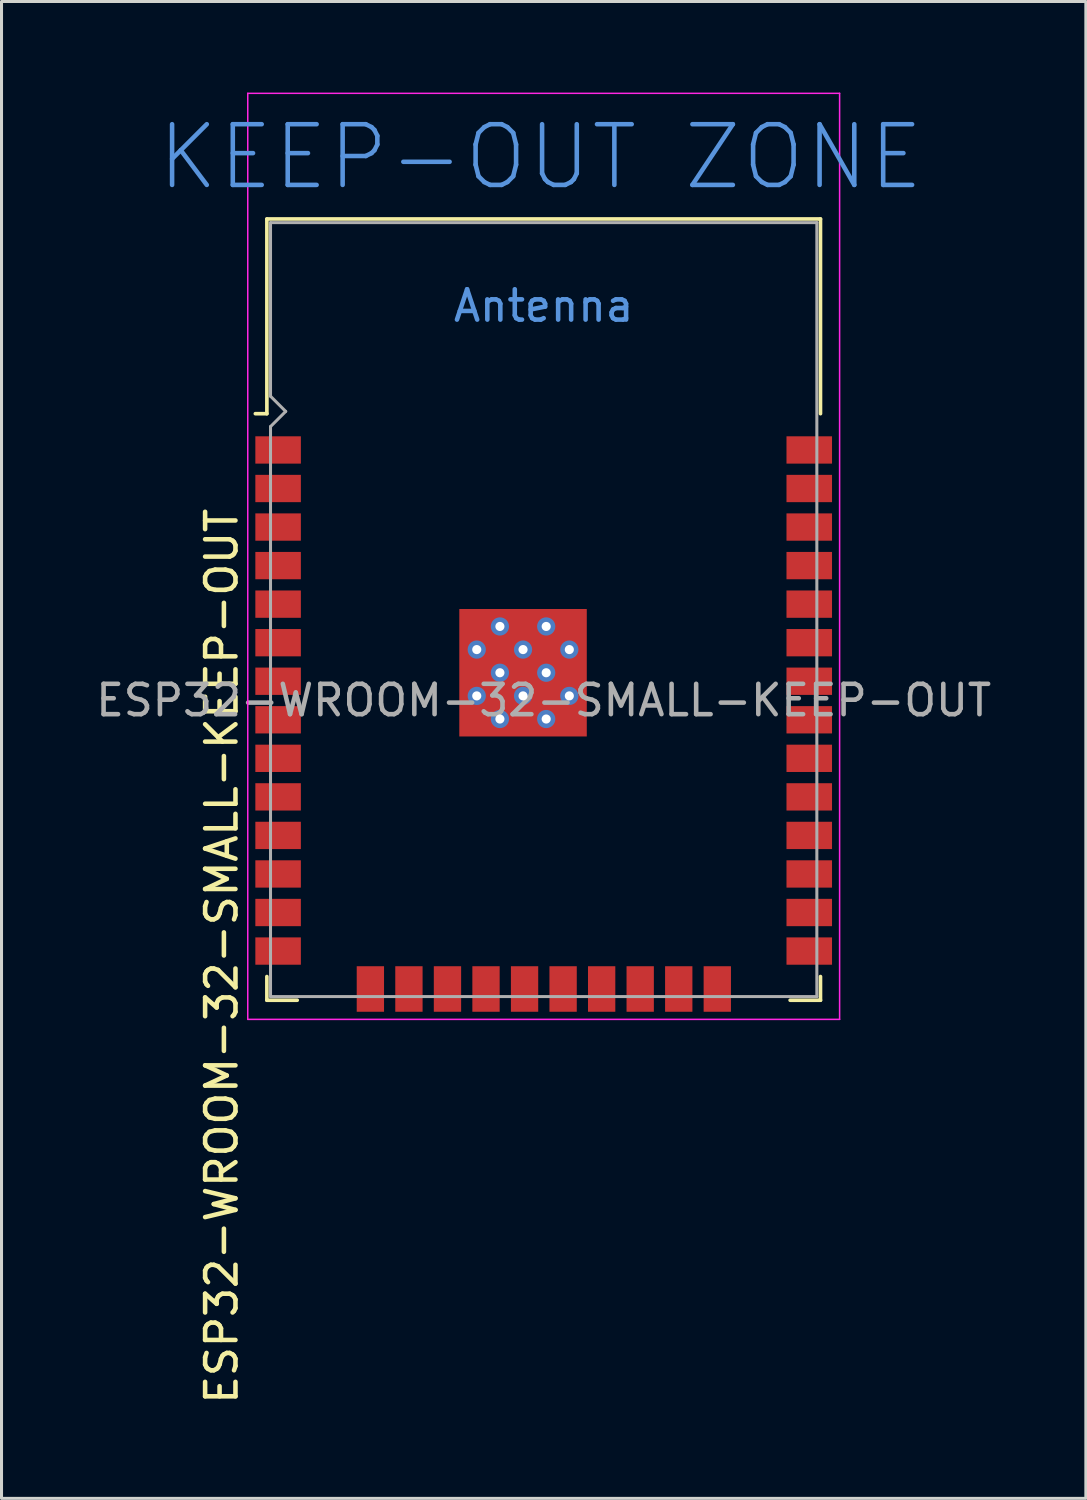
<source format=kicad_pcb>
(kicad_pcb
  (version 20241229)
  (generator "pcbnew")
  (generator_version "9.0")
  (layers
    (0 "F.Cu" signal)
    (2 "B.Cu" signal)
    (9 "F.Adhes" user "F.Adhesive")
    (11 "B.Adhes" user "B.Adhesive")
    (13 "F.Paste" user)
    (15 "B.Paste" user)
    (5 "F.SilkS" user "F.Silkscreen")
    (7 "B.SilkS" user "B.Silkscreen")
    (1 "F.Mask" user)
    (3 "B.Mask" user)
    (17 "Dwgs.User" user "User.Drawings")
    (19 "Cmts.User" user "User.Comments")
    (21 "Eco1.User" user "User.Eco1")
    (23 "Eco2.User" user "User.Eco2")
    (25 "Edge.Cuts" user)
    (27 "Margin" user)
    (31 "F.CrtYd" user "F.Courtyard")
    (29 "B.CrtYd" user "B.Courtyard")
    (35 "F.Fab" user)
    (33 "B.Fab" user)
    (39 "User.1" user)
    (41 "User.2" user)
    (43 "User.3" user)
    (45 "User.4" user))
  (footprint "ESP32-WROOM-32-SMALL-KEEP-OUT"
    (layer "F.Cu")
    (at 14.863 20.025)
    (property "Reference" "ESP32-WROOM-32-SMALL-KEEP-OUT" (at -10.61 8.43 90) (layer "F.SilkS") (effects (font (size 1 1) (thickness 0.15))))
    (attr smd)
    (fp_line (start -9.12 -15.86) (end -9.12 -9.445) (stroke (width 0.12) (type solid)) (layer "F.SilkS"))
    (fp_line (start -9.12 -15.86) (end 9.12 -15.86) (stroke (width 0.12) (type solid)) (layer "F.SilkS"))
    (fp_line (start -9.12 -9.445) (end -9.5 -9.445) (stroke (width 0.12) (type solid)) (layer "F.SilkS"))
    (fp_line (start -9.12 9.1) (end -9.12 9.88) (stroke (width 0.12) (type solid)) (layer "F.SilkS"))
    (fp_line (start -9.12 9.88) (end -8.12 9.88) (stroke (width 0.12) (type solid)) (layer "F.SilkS"))
    (fp_line (start 9.12 -15.86) (end 9.12 -9.445) (stroke (width 0.12) (type solid)) (layer "F.SilkS"))
    (fp_line (start 9.12 9.1) (end 9.12 9.88) (stroke (width 0.12) (type solid)) (layer "F.SilkS"))
    (fp_line (start 9.12 9.88) (end 8.12 9.88) (stroke (width 0.12) (type solid)) (layer "F.SilkS"))
    (fp_line (start -9.75 10.51) (end -9.75 -20) (stroke (width 0.05) (type solid)) (layer "F.CrtYd"))
    (fp_line (start -9.75 10.51) (end 9.75 10.51) (stroke (width 0.05) (type solid)) (layer "F.CrtYd"))
    (fp_line (start 9.75 -20) (end -9.75 -20) (stroke (width 0.05) (type solid)) (layer "F.CrtYd"))
    (fp_line (start 9.75 -20) (end 9.75 10.51) (stroke (width 0.05) (type solid)) (layer "F.CrtYd"))
    (fp_line (start -9 -15.74) (end -9 -10.02) (stroke (width 0.1) (type solid)) (layer "F.Fab"))
    (fp_line (start -9 -15.74) (end 9 -15.74) (stroke (width 0.1) (type solid)) (layer "F.Fab"))
    (fp_line (start -9 -9.02) (end -9 9.76) (stroke (width 0.1) (type solid)) (layer "F.Fab"))
    (fp_line (start -9 -9.02) (end -8.5 -9.52) (stroke (width 0.1) (type solid)) (layer "F.Fab"))
    (fp_line (start -9 9.76) (end 9 9.76) (stroke (width 0.1) (type solid)) (layer "F.Fab"))
    (fp_line (start -8.5 -9.52) (end -9 -10.02) (stroke (width 0.1) (type solid)) (layer "F.Fab"))
    (fp_line (start 9 9.76) (end 9 -15.74) (stroke (width 0.1) (type solid)) (layer "F.Fab"))
    (fp_text user "KEEP-OUT ZONE" (at -0.1 -17.9 0) (layer "Cmts.User") (effects (font (size 2 2) (thickness 0.15))))
    (fp_text user "Antenna" (at 0 -13 0) (layer "Cmts.User") (effects (font (size 1 1) (thickness 0.15))))
    (fp_text user "${REFERENCE}" (at 0 0 0) (layer "F.Fab") (effects (font (size 1 1) (thickness 0.15))))
    (pad "1" smd rect (at -8.75 -8.25) (size 1.5 0.9) (layers "F.Cu" "F.Mask" "F.Paste"))
    (pad "2" smd rect (at -8.75 -6.98) (size 1.5 0.9) (layers "F.Cu" "F.Mask" "F.Paste"))
    (pad "3" smd rect (at -8.75 -5.71) (size 1.5 0.9) (layers "F.Cu" "F.Mask" "F.Paste"))
    (pad "4" smd rect (at -8.75 -4.44) (size 1.5 0.9) (layers "F.Cu" "F.Mask" "F.Paste"))
    (pad "5" smd rect (at -8.75 -3.17) (size 1.5 0.9) (layers "F.Cu" "F.Mask" "F.Paste"))
    (pad "6" smd rect (at -8.75 -1.9) (size 1.5 0.9) (layers "F.Cu" "F.Mask" "F.Paste"))
    (pad "7" smd rect (at -8.75 -0.63) (size 1.5 0.9) (layers "F.Cu" "F.Mask" "F.Paste"))
    (pad "8" smd rect (at -8.75 0.64) (size 1.5 0.9) (layers "F.Cu" "F.Mask" "F.Paste"))
    (pad "9" smd rect (at -8.75 1.91) (size 1.5 0.9) (layers "F.Cu" "F.Mask" "F.Paste"))
    (pad "10" smd rect (at -8.75 3.18) (size 1.5 0.9) (layers "F.Cu" "F.Mask" "F.Paste"))
    (pad "11" smd rect (at -8.75 4.45) (size 1.5 0.9) (layers "F.Cu" "F.Mask" "F.Paste"))
    (pad "12" smd rect (at -8.75 5.72) (size 1.5 0.9) (layers "F.Cu" "F.Mask" "F.Paste"))
    (pad "13" smd rect (at -8.75 6.99) (size 1.5 0.9) (layers "F.Cu" "F.Mask" "F.Paste"))
    (pad "14" smd rect (at -8.75 8.26) (size 1.5 0.9) (layers "F.Cu" "F.Mask" "F.Paste"))
    (pad "15" smd rect (at -5.71 9.51 90) (size 1.5 0.9) (layers "F.Cu" "F.Mask" "F.Paste"))
    (pad "16" smd rect (at -4.44 9.51 90) (size 1.5 0.9) (layers "F.Cu" "F.Mask" "F.Paste"))
    (pad "17" smd rect (at -3.17 9.51 90) (size 1.5 0.9) (layers "F.Cu" "F.Mask" "F.Paste"))
    (pad "18" smd rect (at -1.9 9.51 90) (size 1.5 0.9) (layers "F.Cu" "F.Mask" "F.Paste"))
    (pad "19" smd rect (at -0.63 9.51 90) (size 1.5 0.9) (layers "F.Cu" "F.Mask" "F.Paste"))
    (pad "20" smd rect (at 0.64 9.51 90) (size 1.5 0.9) (layers "F.Cu" "F.Mask" "F.Paste"))
    (pad "21" smd rect (at 1.91 9.51 90) (size 1.5 0.9) (layers "F.Cu" "F.Mask" "F.Paste"))
    (pad "22" smd rect (at 3.18 9.51 90) (size 1.5 0.9) (layers "F.Cu" "F.Mask" "F.Paste"))
    (pad "23" smd rect (at 4.45 9.51 90) (size 1.5 0.9) (layers "F.Cu" "F.Mask" "F.Paste"))
    (pad "24" smd rect (at 5.72 9.51 90) (size 1.5 0.9) (layers "F.Cu" "F.Mask" "F.Paste"))
    (pad "25" smd rect (at 8.75 8.26) (size 1.5 0.9) (layers "F.Cu" "F.Mask" "F.Paste"))
    (pad "26" smd rect (at 8.75 6.99) (size 1.5 0.9) (layers "F.Cu" "F.Mask" "F.Paste"))
    (pad "27" smd rect (at 8.75 5.72) (size 1.5 0.9) (layers "F.Cu" "F.Mask" "F.Paste"))
    (pad "28" smd rect (at 8.75 4.45) (size 1.5 0.9) (layers "F.Cu" "F.Mask" "F.Paste"))
    (pad "29" smd rect (at 8.75 3.18) (size 1.5 0.9) (layers "F.Cu" "F.Mask" "F.Paste"))
    (pad "30" smd rect (at 8.75 1.91) (size 1.5 0.9) (layers "F.Cu" "F.Mask" "F.Paste"))
    (pad "31" smd rect (at 8.75 0.64) (size 1.5 0.9) (layers "F.Cu" "F.Mask" "F.Paste"))
    (pad "32" smd rect (at 8.75 -0.63) (size 1.5 0.9) (layers "F.Cu" "F.Mask" "F.Paste"))
    (pad "33" smd rect (at 8.75 -1.9) (size 1.5 0.9) (layers "F.Cu" "F.Mask" "F.Paste"))
    (pad "34" smd rect (at 8.75 -3.17) (size 1.5 0.9) (layers "F.Cu" "F.Mask" "F.Paste"))
    (pad "35" smd rect (at 8.75 -4.44) (size 1.5 0.9) (layers "F.Cu" "F.Mask" "F.Paste"))
    (pad "36" smd rect (at 8.75 -5.71) (size 1.5 0.9) (layers "F.Cu" "F.Mask" "F.Paste"))
    (pad "37" smd rect (at 8.75 -6.98) (size 1.5 0.9) (layers "F.Cu" "F.Mask" "F.Paste"))
    (pad "38" smd rect (at 8.75 -8.25) (size 1.5 0.9) (layers "F.Cu" "F.Mask" "F.Paste"))
    (pad "39" smd rect (at -2.205 -2.435) (size 1.05 1.05) (layers "F.Cu" "F.Paste"))
    (pad "39" thru_hole circle (at -2.205 -1.673) (size 0.6 0.6) (drill 0.3) (property pad_prop_heatsink) (layers "*.Cu" "F.Mask"))
    (pad "39" smd rect (at -2.205 -0.91) (size 1.05 1.05) (layers "F.Cu" "F.Paste"))
    (pad "39" thru_hole circle (at -2.205 -0.147) (size 0.6 0.6) (drill 0.3) (property pad_prop_heatsink) (layers "*.Cu" "F.Mask"))
    (pad "39" smd rect (at -2.205 0.615) (size 1.05 1.05) (layers "F.Cu" "F.Paste"))
    (pad "39" thru_hole circle (at -1.442 -2.435) (size 0.6 0.6) (drill 0.3) (property pad_prop_heatsink) (layers "*.Cu" "F.Mask"))
    (pad "39" thru_hole circle (at -1.442 -0.91) (size 0.6 0.6) (drill 0.3) (property pad_prop_heatsink) (layers "*.Cu" "F.Mask"))
    (pad "39" thru_hole circle (at -1.442 0.615) (size 0.6 0.6) (drill 0.3) (property pad_prop_heatsink) (layers "*.Cu" "F.Mask"))
    (pad "39" smd rect (at -0.68 -2.435) (size 1.05 1.05) (layers "F.Cu" "F.Paste"))
    (pad "39" thru_hole circle (at -0.68 -1.673) (size 0.6 0.6) (drill 0.3) (property pad_prop_heatsink) (layers "*.Cu" "F.Mask"))
    (pad "39" smd rect (at -0.68 -0.91) (size 1.05 1.05) (layers "F.Cu" "F.Paste"))
    (pad "39" smd rect (at -0.68 -0.91) (size 4.2 4.2) (layers "F.Cu" "F.Mask"))
    (pad "39" thru_hole circle (at -0.68 -0.147) (size 0.6 0.6) (drill 0.3) (property pad_prop_heatsink) (layers "*.Cu" "F.Mask"))
    (pad "39" smd rect (at -0.68 0.615) (size 1.05 1.05) (layers "F.Cu" "F.Paste"))
    (pad "39" thru_hole circle (at 0.083 -2.435) (size 0.6 0.6) (drill 0.3) (property pad_prop_heatsink) (layers "*.Cu" "F.Mask"))
    (pad "39" thru_hole circle (at 0.083 -0.91) (size 0.6 0.6) (drill 0.3) (property pad_prop_heatsink) (layers "*.Cu" "F.Mask"))
    (pad "39" thru_hole circle (at 0.083 0.615) (size 0.6 0.6) (drill 0.3) (property pad_prop_heatsink) (layers "*.Cu" "F.Mask"))
    (pad "39" smd rect (at 0.845 -2.435) (size 1.05 1.05) (layers "F.Cu" "F.Paste"))
    (pad "39" thru_hole circle (at 0.845 -1.673) (size 0.6 0.6) (drill 0.3) (property pad_prop_heatsink) (layers "*.Cu" "F.Mask"))
    (pad "39" smd rect (at 0.845 -0.91) (size 1.05 1.05) (layers "F.Cu" "F.Paste"))
    (pad "39" thru_hole circle (at 0.845 -0.147) (size 0.6 0.6) (drill 0.3) (property pad_prop_heatsink) (layers "*.Cu" "F.Mask"))
    (pad "39" smd rect (at 0.845 0.615) (size 1.05 1.05) (layers "F.Cu" "F.Paste"))
    (zone (net_name "") (layers "F.Cu" "B.Cu") (hatch none 0.508) (connect_pads) (min_thickness 0.254) (filled_areas_thickness no) (keepout (tracks not_allowed) (vias not_allowed) (pads not_allowed) (copperpour not_allowed) (footprints not_allowed)) (placement (enabled no)) (fill) (polygon (pts (xy 5.113 10.225) (xy 24.613 10.225) (xy 24.613 0.025) (xy 5.113 0.025)))))
  (gr_rect
    (start -3 -3)
    (end 32.726 46.318)
    (stroke (width 0.1) (type default))
    (fill no)
    (layer "Edge.Cuts")))
</source>
